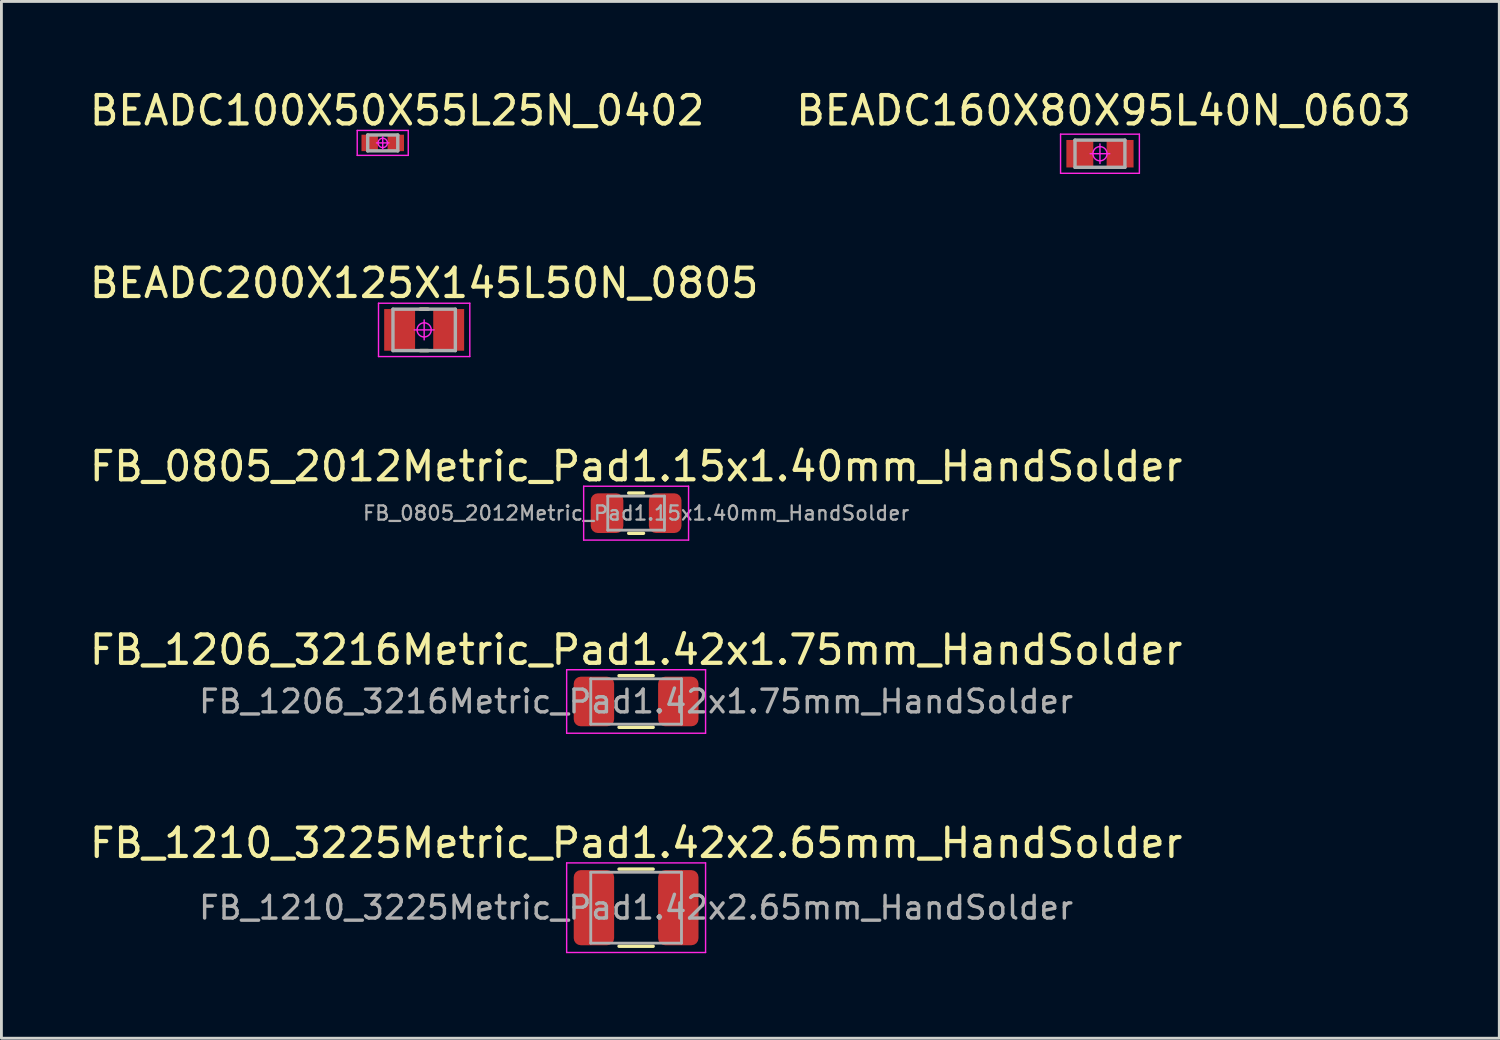
<source format=kicad_pcb>
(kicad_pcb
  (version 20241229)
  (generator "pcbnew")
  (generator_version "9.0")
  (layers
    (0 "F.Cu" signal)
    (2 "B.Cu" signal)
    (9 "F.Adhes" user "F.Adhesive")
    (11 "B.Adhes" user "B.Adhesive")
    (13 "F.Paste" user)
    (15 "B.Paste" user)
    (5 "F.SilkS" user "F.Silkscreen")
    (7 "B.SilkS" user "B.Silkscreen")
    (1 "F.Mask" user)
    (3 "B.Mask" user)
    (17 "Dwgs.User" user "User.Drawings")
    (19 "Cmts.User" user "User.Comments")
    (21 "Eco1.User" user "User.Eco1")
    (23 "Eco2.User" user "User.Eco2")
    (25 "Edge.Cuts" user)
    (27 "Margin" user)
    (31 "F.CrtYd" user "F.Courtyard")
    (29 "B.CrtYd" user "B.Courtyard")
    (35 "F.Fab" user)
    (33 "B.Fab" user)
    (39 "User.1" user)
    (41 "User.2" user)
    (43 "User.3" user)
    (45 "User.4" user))
  (footprint "BEADC100X50X55L25N_0402"
    (layer "F.Cu")
    (at 10.45 1.991)
    (property "Reference" "BEADC100X50X55L25N_0402" (at 0.508 -1.143 0) (layer "F.SilkS") (effects (font (size 1 1) (thickness 0.15))))
    (attr smd)
    (fp_line (start -0.9 -0.44) (end 0.9 -0.44) (stroke (width 0.05) (type solid)) (layer "F.CrtYd"))
    (fp_line (start -0.9 0.44) (end -0.9 -0.44) (stroke (width 0.05) (type solid)) (layer "F.CrtYd"))
    (fp_line (start 0 -0.22) (end 0 0.22) (stroke (width 0.05) (type solid)) (layer "F.CrtYd"))
    (fp_line (start 0.22 0) (end -0.22 0) (stroke (width 0.05) (type solid)) (layer "F.CrtYd"))
    (fp_line (start 0.9 -0.44) (end 0.9 0.44) (stroke (width 0.05) (type solid)) (layer "F.CrtYd"))
    (fp_line (start 0.9 0.44) (end -0.9 0.44) (stroke (width 0.05) (type solid)) (layer "F.CrtYd"))
    (fp_circle (center 0 0) (end 0 0.165) (stroke (width 0.05) (type solid)) (fill no) (layer "F.CrtYd"))
    (fp_line (start -0.53 -0.28) (end 0.53 -0.28) (stroke (width 0.12) (type solid)) (layer "F.Fab"))
    (fp_line (start -0.53 0.28) (end -0.53 -0.28) (stroke (width 0.12) (type solid)) (layer "F.Fab"))
    (fp_line (start 0.53 -0.28) (end 0.53 0.28) (stroke (width 0.12) (type solid)) (layer "F.Fab"))
    (fp_line (start 0.53 0.28) (end -0.53 0.28) (stroke (width 0.12) (type solid)) (layer "F.Fab"))
    (pad "1" smd rect (at -0.46 0) (size 0.58 0.58) (layers "F.Cu" "F.Mask" "F.Paste"))
    (pad "2" smd rect (at 0.46 0) (size 0.58 0.58) (layers "F.Cu" "F.Mask" "F.Paste")))
  (footprint "BEADC160X80X95L40N_0603"
    (layer "F.Cu")
    (at 35.748 2.372)
    (property "Reference" "BEADC160X80X95L40N_0603" (at 0.127 -1.524 0) (layer "F.SilkS") (effects (font (size 1 1) (thickness 0.15))))
    (attr smd)
    (fp_line (start -1.39 -0.69) (end 1.39 -0.69) (stroke (width 0.05) (type solid)) (layer "F.CrtYd"))
    (fp_line (start -1.39 0.69) (end -1.39 -0.69) (stroke (width 0.05) (type solid)) (layer "F.CrtYd"))
    (fp_line (start 0 -0.345) (end 0 0.345) (stroke (width 0.05) (type solid)) (layer "F.CrtYd"))
    (fp_line (start 0.345 0) (end -0.345 0) (stroke (width 0.05) (type solid)) (layer "F.CrtYd"))
    (fp_line (start 1.39 -0.69) (end 1.39 0.69) (stroke (width 0.05) (type solid)) (layer "F.CrtYd"))
    (fp_line (start 1.39 0.69) (end -1.39 0.69) (stroke (width 0.05) (type solid)) (layer "F.CrtYd"))
    (fp_circle (center 0 0) (end 0 0.25) (stroke (width 0.05) (type solid)) (fill no) (layer "F.CrtYd"))
    (fp_line (start -0.88 -0.48) (end 0.88 -0.48) (stroke (width 0.12) (type solid)) (layer "F.Fab"))
    (fp_line (start -0.88 0.48) (end -0.88 -0.48) (stroke (width 0.12) (type solid)) (layer "F.Fab"))
    (fp_line (start 0.88 -0.48) (end 0.88 0.48) (stroke (width 0.12) (type solid)) (layer "F.Fab"))
    (fp_line (start 0.88 0.48) (end -0.88 0.48) (stroke (width 0.12) (type solid)) (layer "F.Fab"))
    (pad "1" smd rect (at -0.71 0) (size 0.95 0.97) (layers "F.Cu" "F.Mask" "F.Paste"))
    (pad "2" smd rect (at 0.71 0) (size 0.95 0.97) (layers "F.Cu" "F.Mask" "F.Paste")))
  (footprint "BEADC200X125X145L50N_0805"
    (layer "F.Cu")
    (at 11.911 8.586)
    (property "Reference" "BEADC200X125X145L50N_0805" (at 0 -1.651 0) (layer "F.SilkS") (effects (font (size 1 1) (thickness 0.15))))
    (attr smd)
    (fp_line (start -0.14 -0.73) (end 0.14 -0.73) (stroke (width 0.12) (type solid)) (layer "F.SilkS"))
    (fp_line (start -0.14 0.73) (end 0.14 0.73) (stroke (width 0.12) (type solid)) (layer "F.SilkS"))
    (fp_line (start -1.61 -0.94) (end 1.61 -0.94) (stroke (width 0.05) (type solid)) (layer "F.CrtYd"))
    (fp_line (start -1.61 0.94) (end -1.61 -0.94) (stroke (width 0.05) (type solid)) (layer "F.CrtYd"))
    (fp_line (start 0 -0.35) (end 0 0.35) (stroke (width 0.05) (type solid)) (layer "F.CrtYd"))
    (fp_line (start 0.35 0) (end -0.35 0) (stroke (width 0.05) (type solid)) (layer "F.CrtYd"))
    (fp_line (start 1.61 -0.94) (end 1.61 0.94) (stroke (width 0.05) (type solid)) (layer "F.CrtYd"))
    (fp_line (start 1.61 0.94) (end -1.61 0.94) (stroke (width 0.05) (type solid)) (layer "F.CrtYd"))
    (fp_circle (center 0 0) (end 0 0.25) (stroke (width 0.05) (type solid)) (fill no) (layer "F.CrtYd"))
    (fp_line (start -1.1 -0.73) (end 1.1 -0.73) (stroke (width 0.12) (type solid)) (layer "F.Fab"))
    (fp_line (start -1.1 0.73) (end -1.1 -0.73) (stroke (width 0.12) (type solid)) (layer "F.Fab"))
    (fp_line (start 1.1 -0.73) (end 1.1 0.73) (stroke (width 0.12) (type solid)) (layer "F.Fab"))
    (fp_line (start 1.1 0.73) (end -1.1 0.73) (stroke (width 0.12) (type solid)) (layer "F.Fab"))
    (pad "1" smd rect (at -0.865 0) (size 1.09 1.47) (layers "F.Cu" "F.Mask" "F.Paste"))
    (pad "2" smd rect (at 0.865 0) (size 1.09 1.47) (layers "F.Cu" "F.Mask" "F.Paste")))
  (footprint "FB_0805_2012Metric_Pad1.15x1.40mm_HandSolder"
    (layer "F.Cu")
    (at 19.387 15.05)
    (property "Reference" "FB_0805_2012Metric_Pad1.15x1.40mm_HandSolder" (at 0 -1.65 0) (layer "F.SilkS") (effects (font (size 1 1) (thickness 0.15))))
    (attr smd)
    (fp_line (start -0.261 -0.71) (end 0.261 -0.71) (stroke (width 0.12) (type solid)) (layer "F.SilkS"))
    (fp_line (start -0.261 0.71) (end 0.261 0.71) (stroke (width 0.12) (type solid)) (layer "F.SilkS"))
    (fp_line (start -1.85 -0.95) (end 1.85 -0.95) (stroke (width 0.05) (type solid)) (layer "F.CrtYd"))
    (fp_line (start -1.85 0.95) (end -1.85 -0.95) (stroke (width 0.05) (type solid)) (layer "F.CrtYd"))
    (fp_line (start 1.85 -0.95) (end 1.85 0.95) (stroke (width 0.05) (type solid)) (layer "F.CrtYd"))
    (fp_line (start 1.85 0.95) (end -1.85 0.95) (stroke (width 0.05) (type solid)) (layer "F.CrtYd"))
    (fp_line (start -1 -0.6) (end 1 -0.6) (stroke (width 0.1) (type solid)) (layer "F.Fab"))
    (fp_line (start -1 0.6) (end -1 -0.6) (stroke (width 0.1) (type solid)) (layer "F.Fab"))
    (fp_line (start 1 -0.6) (end 1 0.6) (stroke (width 0.1) (type solid)) (layer "F.Fab"))
    (fp_line (start 1 0.6) (end -1 0.6) (stroke (width 0.1) (type solid)) (layer "F.Fab"))
    (fp_text user "${REFERENCE}" (at 0 0 0) (layer "F.Fab") (effects (font (size 0.5 0.5) (thickness 0.08))))
    (pad "1" smd roundrect (at -1.025 0) (size 1.15 1.4) (layers "F.Cu" "F.Mask" "F.Paste") (roundrect_rratio 0.217))
    (pad "2" smd roundrect (at 1.025 0) (size 1.15 1.4) (layers "F.Cu" "F.Mask" "F.Paste") (roundrect_rratio 0.217)))
  (footprint "FB_1206_3216Metric_Pad1.42x1.75mm_HandSolder"
    (layer "F.Cu")
    (at 19.387 21.693)
    (property "Reference" "FB_1206_3216Metric_Pad1.42x1.75mm_HandSolder" (at 0 -1.82 0) (layer "F.SilkS") (effects (font (size 1 1) (thickness 0.15))))
    (attr smd)
    (fp_line (start -0.602 -0.91) (end 0.602 -0.91) (stroke (width 0.12) (type solid)) (layer "F.SilkS"))
    (fp_line (start -0.602 0.91) (end 0.602 0.91) (stroke (width 0.12) (type solid)) (layer "F.SilkS"))
    (fp_line (start -2.45 -1.12) (end 2.45 -1.12) (stroke (width 0.05) (type solid)) (layer "F.CrtYd"))
    (fp_line (start -2.45 1.12) (end -2.45 -1.12) (stroke (width 0.05) (type solid)) (layer "F.CrtYd"))
    (fp_line (start 2.45 -1.12) (end 2.45 1.12) (stroke (width 0.05) (type solid)) (layer "F.CrtYd"))
    (fp_line (start 2.45 1.12) (end -2.45 1.12) (stroke (width 0.05) (type solid)) (layer "F.CrtYd"))
    (fp_line (start -1.6 -0.8) (end 1.6 -0.8) (stroke (width 0.1) (type solid)) (layer "F.Fab"))
    (fp_line (start -1.6 0.8) (end -1.6 -0.8) (stroke (width 0.1) (type solid)) (layer "F.Fab"))
    (fp_line (start 1.6 -0.8) (end 1.6 0.8) (stroke (width 0.1) (type solid)) (layer "F.Fab"))
    (fp_line (start 1.6 0.8) (end -1.6 0.8) (stroke (width 0.1) (type solid)) (layer "F.Fab"))
    (fp_text user "${REFERENCE}" (at 0 0 0) (layer "F.Fab") (effects (font (size 0.8 0.8) (thickness 0.12))))
    (pad "1" smd roundrect (at -1.488 0) (size 1.425 1.75) (layers "F.Cu" "F.Mask" "F.Paste") (roundrect_rratio 0.175))
    (pad "2" smd roundrect (at 1.488 0) (size 1.425 1.75) (layers "F.Cu" "F.Mask" "F.Paste") (roundrect_rratio 0.175)))
  (footprint "FB_1210_3225Metric_Pad1.42x2.65mm_HandSolder"
    (layer "F.Cu")
    (at 19.387 28.966)
    (property "Reference" "FB_1210_3225Metric_Pad1.42x2.65mm_HandSolder" (at 0 -2.28 0) (layer "F.SilkS") (effects (font (size 1 1) (thickness 0.15))))
    (attr smd)
    (fp_line (start -0.602 -1.36) (end 0.602 -1.36) (stroke (width 0.12) (type solid)) (layer "F.SilkS"))
    (fp_line (start -0.602 1.36) (end 0.602 1.36) (stroke (width 0.12) (type solid)) (layer "F.SilkS"))
    (fp_line (start -2.45 -1.58) (end 2.45 -1.58) (stroke (width 0.05) (type solid)) (layer "F.CrtYd"))
    (fp_line (start -2.45 1.58) (end -2.45 -1.58) (stroke (width 0.05) (type solid)) (layer "F.CrtYd"))
    (fp_line (start 2.45 -1.58) (end 2.45 1.58) (stroke (width 0.05) (type solid)) (layer "F.CrtYd"))
    (fp_line (start 2.45 1.58) (end -2.45 1.58) (stroke (width 0.05) (type solid)) (layer "F.CrtYd"))
    (fp_line (start -1.6 -1.25) (end 1.6 -1.25) (stroke (width 0.1) (type solid)) (layer "F.Fab"))
    (fp_line (start -1.6 1.25) (end -1.6 -1.25) (stroke (width 0.1) (type solid)) (layer "F.Fab"))
    (fp_line (start 1.6 -1.25) (end 1.6 1.25) (stroke (width 0.1) (type solid)) (layer "F.Fab"))
    (fp_line (start 1.6 1.25) (end -1.6 1.25) (stroke (width 0.1) (type solid)) (layer "F.Fab"))
    (fp_text user "${REFERENCE}" (at 0 0 0) (layer "F.Fab") (effects (font (size 0.8 0.8) (thickness 0.12))))
    (pad "1" smd roundrect (at -1.488 0) (size 1.425 2.65) (layers "F.Cu" "F.Mask" "F.Paste") (roundrect_rratio 0.175))
    (pad "2" smd roundrect (at 1.488 0) (size 1.425 2.65) (layers "F.Cu" "F.Mask" "F.Paste") (roundrect_rratio 0.175)))
  (gr_rect
    (start -3 -3)
    (end 49.833 33.571)
    (stroke (width 0.1) (type default))
    (fill no)
    (layer "Edge.Cuts")))
</source>
